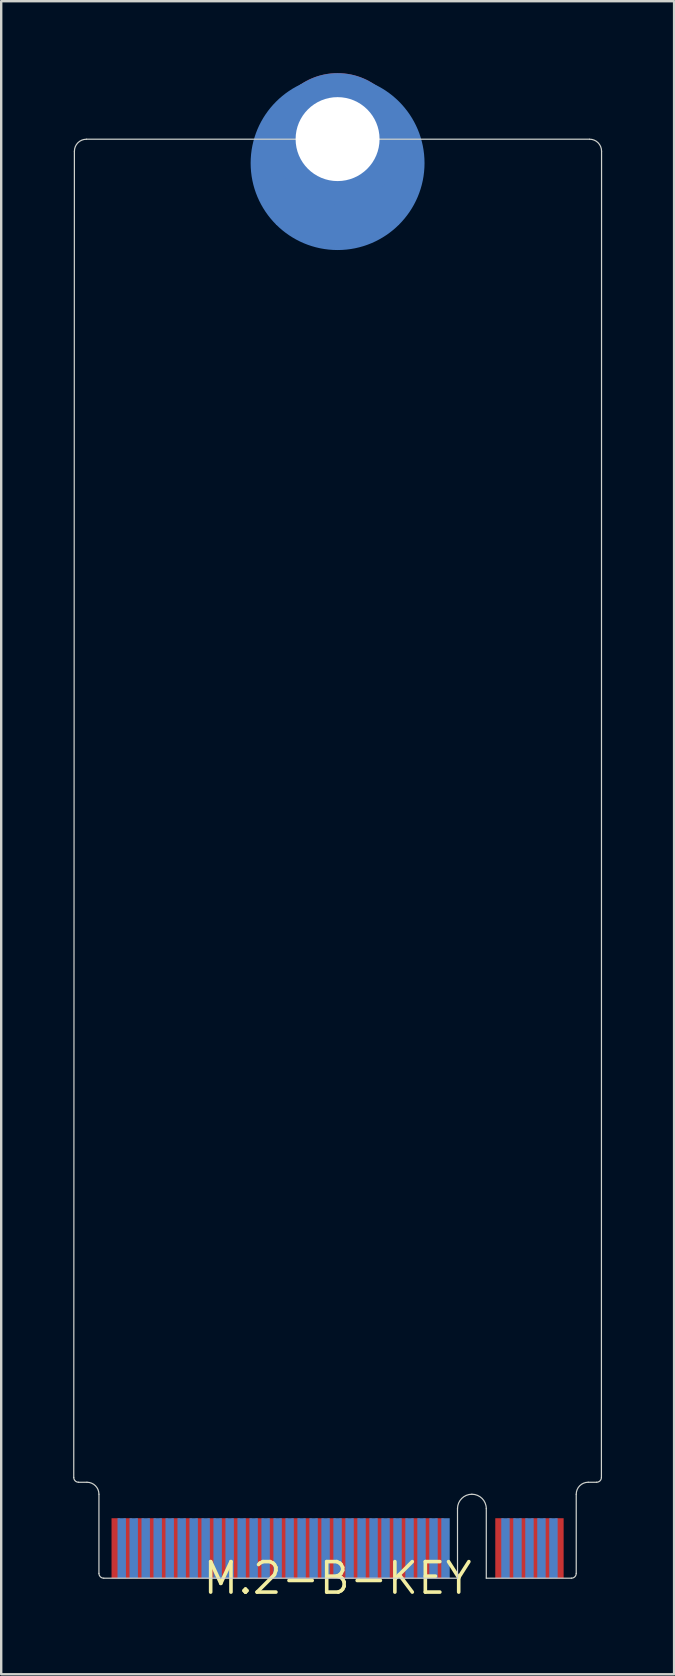
<source format=kicad_pcb>
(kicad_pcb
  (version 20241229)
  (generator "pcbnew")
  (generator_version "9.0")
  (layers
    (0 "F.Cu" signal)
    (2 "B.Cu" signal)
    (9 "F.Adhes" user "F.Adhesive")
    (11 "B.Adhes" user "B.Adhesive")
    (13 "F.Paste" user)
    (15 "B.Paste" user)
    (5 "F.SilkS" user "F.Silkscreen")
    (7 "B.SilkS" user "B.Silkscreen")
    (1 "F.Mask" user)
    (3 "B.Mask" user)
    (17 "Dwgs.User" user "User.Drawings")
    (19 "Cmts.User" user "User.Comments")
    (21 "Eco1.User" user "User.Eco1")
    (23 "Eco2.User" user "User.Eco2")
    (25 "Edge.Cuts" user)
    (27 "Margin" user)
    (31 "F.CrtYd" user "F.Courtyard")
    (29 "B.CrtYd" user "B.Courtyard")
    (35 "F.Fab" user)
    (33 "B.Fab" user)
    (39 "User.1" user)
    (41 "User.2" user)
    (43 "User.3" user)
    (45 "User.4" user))
  (footprint "M.2-B-KEY"
    (layer "F.Cu")
    (at 11.025 62.75)
    (property "Reference" "M.2-B-KEY" (at 0 0 0) (layer "F.SilkS") (effects (font (size 1.27 1.27) (thickness 0.15))))
    (attr through_hole)
    (fp_circle (center 0 -59) (end 3 -59) (stroke (width 1.25) (type solid)) (fill no) (layer "B.Cu"))
    (fp_poly (pts (xy 2.55 -56.419) (xy -2.55 -56.419) (xy -2.55 -61.519) (xy 2.55 -61.519)) (stroke (width 0) (type solid)) (fill yes) (layer "B.Cu"))
    (fp_line (start -10.973 -59.495) (end -11 -4.2) (stroke (width 0.05) (type solid)) (layer "Edge.Cuts"))
    (fp_line (start -10.8 -4) (end -10.45 -4) (stroke (width 0.05) (type solid)) (layer "Edge.Cuts"))
    (fp_line (start -9.95 -3.5) (end -9.95 -0.2) (stroke (width 0.05) (type solid)) (layer "Edge.Cuts"))
    (fp_line (start -9.75 0) (end 5 0) (stroke (width 0.05) (type solid)) (layer "Edge.Cuts"))
    (fp_line (start 5 -2.9) (end 5 0) (stroke (width 0.05) (type solid)) (layer "Edge.Cuts"))
    (fp_line (start 6.2 -2.9) (end 6.2 0) (stroke (width 0.05) (type solid)) (layer "Edge.Cuts"))
    (fp_line (start 6.2 0) (end 9.75 0) (stroke (width 0.05) (type solid)) (layer "Edge.Cuts"))
    (fp_line (start 9.95 -0.2) (end 9.95 -3.5) (stroke (width 0.05) (type solid)) (layer "Edge.Cuts"))
    (fp_line (start 10.45 -4) (end 10.8 -4) (stroke (width 0.05) (type solid)) (layer "Edge.Cuts"))
    (fp_line (start 10.5 -59.997) (end -10.473 -59.995) (stroke (width 0.05) (type solid)) (layer "Edge.Cuts"))
    (fp_line (start 11 -4.2) (end 11.006 -59.496) (stroke (width 0.05) (type solid)) (layer "Edge.Cuts"))
    (fp_arc (start -10.9728 -59.4948) (mid -10.826353 -59.848353) (end -10.4728 -59.9948) (stroke (width 0.05) (type solid)) (layer "Edge.Cuts"))
    (fp_arc (start -10.8 -4) (mid -10.941421 -4.058579) (end -11 -4.2) (stroke (width 0.05) (type solid)) (layer "Edge.Cuts"))
    (fp_arc (start -10.45 -4) (mid -10.096447 -3.853553) (end -9.95 -3.5) (stroke (width 0.05) (type solid)) (layer "Edge.Cuts"))
    (fp_arc (start -9.75 0) (mid -9.891421 -0.058579) (end -9.95 -0.2) (stroke (width 0.05) (type solid)) (layer "Edge.Cuts"))
    (fp_arc (start 5 -2.9) (mid 5.175736 -3.324264) (end 5.6 -3.5) (stroke (width 0.05) (type solid)) (layer "Edge.Cuts"))
    (fp_arc (start 5.6 -3.5) (mid 6.024264 -3.324264) (end 6.2 -2.9) (stroke (width 0.05) (type solid)) (layer "Edge.Cuts"))
    (fp_arc (start 9.95 -3.5) (mid 10.096447 -3.853553) (end 10.45 -4) (stroke (width 0.05) (type solid)) (layer "Edge.Cuts"))
    (fp_arc (start 9.95 -0.2) (mid 9.891421 -0.058579) (end 9.75 0) (stroke (width 0.05) (type solid)) (layer "Edge.Cuts"))
    (fp_arc (start 10.506447 -59.996447) (mid 10.86 -59.85) (end 11.006447 -59.496447) (stroke (width 0.05) (type solid)) (layer "Edge.Cuts"))
    (fp_arc (start 11 -4.2) (mid 10.941421 -4.058579) (end 10.8 -4) (stroke (width 0.05) (type solid)) (layer "Edge.Cuts"))
    (pad "MOUNTING-HOLE" thru_hole circle (at 0 -60) (size 5.5 5.5) (drill 3.5) (layers "*.Cu" "*.Mask"))
    (pad "P$1" smd rect (at 9.25 -1.25) (size 0.35 2.5) (layers "F.Cu" "F.Mask" "F.Paste"))
    (pad "P$2" smd rect (at 9 -1.25) (size 0.35 2.5) (layers "B.Cu" "B.Mask" "B.Paste"))
    (pad "P$3" smd rect (at 8.75 -1.25) (size 0.35 2.5) (layers "F.Cu" "F.Mask" "F.Paste"))
    (pad "P$4" smd rect (at 8.5 -1.25) (size 0.35 2.5) (layers "B.Cu" "B.Mask" "B.Paste"))
    (pad "P$5" smd rect (at 8.25 -1.25) (size 0.35 2.5) (layers "F.Cu" "F.Mask" "F.Paste"))
    (pad "P$6" smd rect (at 8 -1.25) (size 0.35 2.5) (layers "B.Cu" "B.Mask" "B.Paste"))
    (pad "P$7" smd rect (at 7.75 -1.25) (size 0.35 2.5) (layers "F.Cu" "F.Mask" "F.Paste"))
    (pad "P$8" smd rect (at 7.5 -1.25) (size 0.35 2.5) (layers "B.Cu" "B.Mask" "B.Paste"))
    (pad "P$9" smd rect (at 7.25 -1.25) (size 0.35 2.5) (layers "F.Cu" "F.Mask" "F.Paste"))
    (pad "P$10" smd rect (at 7 -1.25) (size 0.35 2.5) (layers "B.Cu" "B.Mask" "B.Paste"))
    (pad "P$11" smd rect (at 6.75 -1.25) (size 0.35 2.5) (layers "F.Cu" "F.Mask" "F.Paste"))
    (pad "P$20" smd rect (at 4.5 -1.25) (size 0.35 2.5) (layers "B.Cu" "B.Mask" "B.Paste"))
    (pad "P$21" smd rect (at 4.25 -1.25) (size 0.35 2.5) (layers "F.Cu" "F.Mask" "F.Paste"))
    (pad "P$22" smd rect (at 4 -1.25) (size 0.35 2.5) (layers "B.Cu" "B.Mask" "B.Paste"))
    (pad "P$23" smd rect (at 3.75 -1.25) (size 0.35 2.5) (layers "F.Cu" "F.Mask" "F.Paste"))
    (pad "P$24" smd rect (at 3.5 -1.25) (size 0.35 2.5) (layers "B.Cu" "B.Mask" "B.Paste"))
    (pad "P$25" smd rect (at 3.25 -1.25) (size 0.35 2.5) (layers "F.Cu" "F.Mask" "F.Paste"))
    (pad "P$26" smd rect (at 3 -1.25) (size 0.35 2.5) (layers "B.Cu" "B.Mask" "B.Paste"))
    (pad "P$27" smd rect (at 2.75 -1.25) (size 0.35 2.5) (layers "F.Cu" "F.Mask" "F.Paste"))
    (pad "P$28" smd rect (at 2.5 -1.25) (size 0.35 2.5) (layers "B.Cu" "B.Mask" "B.Paste"))
    (pad "P$29" smd rect (at 2.25 -1.25) (size 0.35 2.5) (layers "F.Cu" "F.Mask" "F.Paste"))
    (pad "P$30" smd rect (at 2 -1.25) (size 0.35 2.5) (layers "B.Cu" "B.Mask" "B.Paste"))
    (pad "P$31" smd rect (at 1.75 -1.25) (size 0.35 2.5) (layers "F.Cu" "F.Mask" "F.Paste"))
    (pad "P$32" smd rect (at 1.5 -1.25) (size 0.35 2.5) (layers "B.Cu" "B.Mask" "B.Paste"))
    (pad "P$33" smd rect (at 1.25 -1.25) (size 0.35 2.5) (layers "F.Cu" "F.Mask" "F.Paste"))
    (pad "P$34" smd rect (at 1 -1.25) (size 0.35 2.5) (layers "B.Cu" "B.Mask" "B.Paste"))
    (pad "P$35" smd rect (at 0.75 -1.25) (size 0.35 2.5) (layers "F.Cu" "F.Mask" "F.Paste"))
    (pad "P$36" smd rect (at 0.5 -1.25) (size 0.35 2.5) (layers "B.Cu" "B.Mask" "B.Paste"))
    (pad "P$37" smd rect (at 0.25 -1.25) (size 0.35 2.5) (layers "F.Cu" "F.Mask" "F.Paste"))
    (pad "P$38" smd rect (at 0 -1.25) (size 0.35 2.5) (layers "B.Cu" "B.Mask" "B.Paste"))
    (pad "P$39" smd rect (at -0.25 -1.25) (size 0.35 2.5) (layers "F.Cu" "F.Mask" "F.Paste"))
    (pad "P$40" smd rect (at -0.5 -1.25) (size 0.35 2.5) (layers "B.Cu" "B.Mask" "B.Paste"))
    (pad "P$41" smd rect (at -0.75 -1.25) (size 0.35 2.5) (layers "F.Cu" "F.Mask" "F.Paste"))
    (pad "P$42" smd rect (at -1 -1.25) (size 0.35 2.5) (layers "B.Cu" "B.Mask" "B.Paste"))
    (pad "P$43" smd rect (at -1.25 -1.25) (size 0.35 2.5) (layers "F.Cu" "F.Mask" "F.Paste"))
    (pad "P$44" smd rect (at -1.5 -1.25) (size 0.35 2.5) (layers "B.Cu" "B.Mask" "B.Paste"))
    (pad "P$45" smd rect (at -1.75 -1.25) (size 0.35 2.5) (layers "F.Cu" "F.Mask" "F.Paste"))
    (pad "P$46" smd rect (at -2 -1.25) (size 0.35 2.5) (layers "B.Cu" "B.Mask" "B.Paste"))
    (pad "P$47" smd rect (at -2.25 -1.25) (size 0.35 2.5) (layers "F.Cu" "F.Mask" "F.Paste"))
    (pad "P$48" smd rect (at -2.5 -1.25) (size 0.35 2.5) (layers "B.Cu" "B.Mask" "B.Paste"))
    (pad "P$49" smd rect (at -2.75 -1.25) (size 0.35 2.5) (layers "F.Cu" "F.Mask" "F.Paste"))
    (pad "P$50" smd rect (at -3 -1.25) (size 0.35 2.5) (layers "B.Cu" "B.Mask" "B.Paste"))
    (pad "P$51" smd rect (at -3.25 -1.25) (size 0.35 2.5) (layers "F.Cu" "F.Mask" "F.Paste"))
    (pad "P$52" smd rect (at -3.5 -1.25) (size 0.35 2.5) (layers "B.Cu" "B.Mask" "B.Paste"))
    (pad "P$53" smd rect (at -3.75 -1.25) (size 0.35 2.5) (layers "F.Cu" "F.Mask" "F.Paste"))
    (pad "P$54" smd rect (at -4 -1.25) (size 0.35 2.5) (layers "B.Cu" "B.Mask" "B.Paste"))
    (pad "P$55" smd rect (at -4.25 -1.25) (size 0.35 2.5) (layers "F.Cu" "F.Mask" "F.Paste"))
    (pad "P$56" smd rect (at -4.5 -1.25) (size 0.35 2.5) (layers "B.Cu" "B.Mask" "B.Paste"))
    (pad "P$57" smd rect (at -4.75 -1.25) (size 0.35 2.5) (layers "F.Cu" "F.Mask" "F.Paste"))
    (pad "P$58" smd rect (at -5 -1.25) (size 0.35 2.5) (layers "B.Cu" "B.Mask" "B.Paste"))
    (pad "P$59" smd rect (at -5.25 -1.25) (size 0.35 2.5) (layers "F.Cu" "F.Mask" "F.Paste"))
    (pad "P$60" smd rect (at -5.5 -1.25) (size 0.35 2.5) (layers "B.Cu" "B.Mask" "B.Paste"))
    (pad "P$61" smd rect (at -5.75 -1.25) (size 0.35 2.5) (layers "F.Cu" "F.Mask" "F.Paste"))
    (pad "P$62" smd rect (at -6 -1.25) (size 0.35 2.5) (layers "B.Cu" "B.Mask" "B.Paste"))
    (pad "P$63" smd rect (at -6.25 -1.25) (size 0.35 2.5) (layers "F.Cu" "F.Mask" "F.Paste"))
    (pad "P$64" smd rect (at -6.5 -1.25) (size 0.35 2.5) (layers "B.Cu" "B.Mask" "B.Paste"))
    (pad "P$65" smd rect (at -6.75 -1.25) (size 0.35 2.5) (layers "F.Cu" "F.Mask" "F.Paste"))
    (pad "P$66" smd rect (at -7 -1.25) (size 0.35 2.5) (layers "B.Cu" "B.Mask" "B.Paste"))
    (pad "P$67" smd rect (at -7.25 -1.25) (size 0.35 2.5) (layers "F.Cu" "F.Mask" "F.Paste"))
    (pad "P$68" smd rect (at -7.5 -1.25) (size 0.35 2.5) (layers "B.Cu" "B.Mask" "B.Paste"))
    (pad "P$69" smd rect (at -7.75 -1.25) (size 0.35 2.5) (layers "F.Cu" "F.Mask" "F.Paste"))
    (pad "P$70" smd rect (at -8 -1.25) (size 0.35 2.5) (layers "B.Cu" "B.Mask" "B.Paste"))
    (pad "P$71" smd rect (at -8.25 -1.25) (size 0.35 2.5) (layers "F.Cu" "F.Mask" "F.Paste"))
    (pad "P$72" smd rect (at -8.5 -1.25) (size 0.35 2.5) (layers "B.Cu" "B.Mask" "B.Paste"))
    (pad "P$73" smd rect (at -8.75 -1.25) (size 0.35 2.5) (layers "F.Cu" "F.Mask" "F.Paste"))
    (pad "P$74" smd rect (at -9 -1.25) (size 0.35 2.5) (layers "B.Cu" "B.Mask" "B.Paste"))
    (pad "P$75" smd rect (at -9.25 -1.25) (size 0.35 2.5) (layers "F.Cu" "F.Mask" "F.Paste")))
  (gr_rect
    (start -3 -3)
    (end 25.056 66.756)
    (stroke (width 0.1) (type default))
    (fill no)
    (layer "Edge.Cuts")))
</source>
